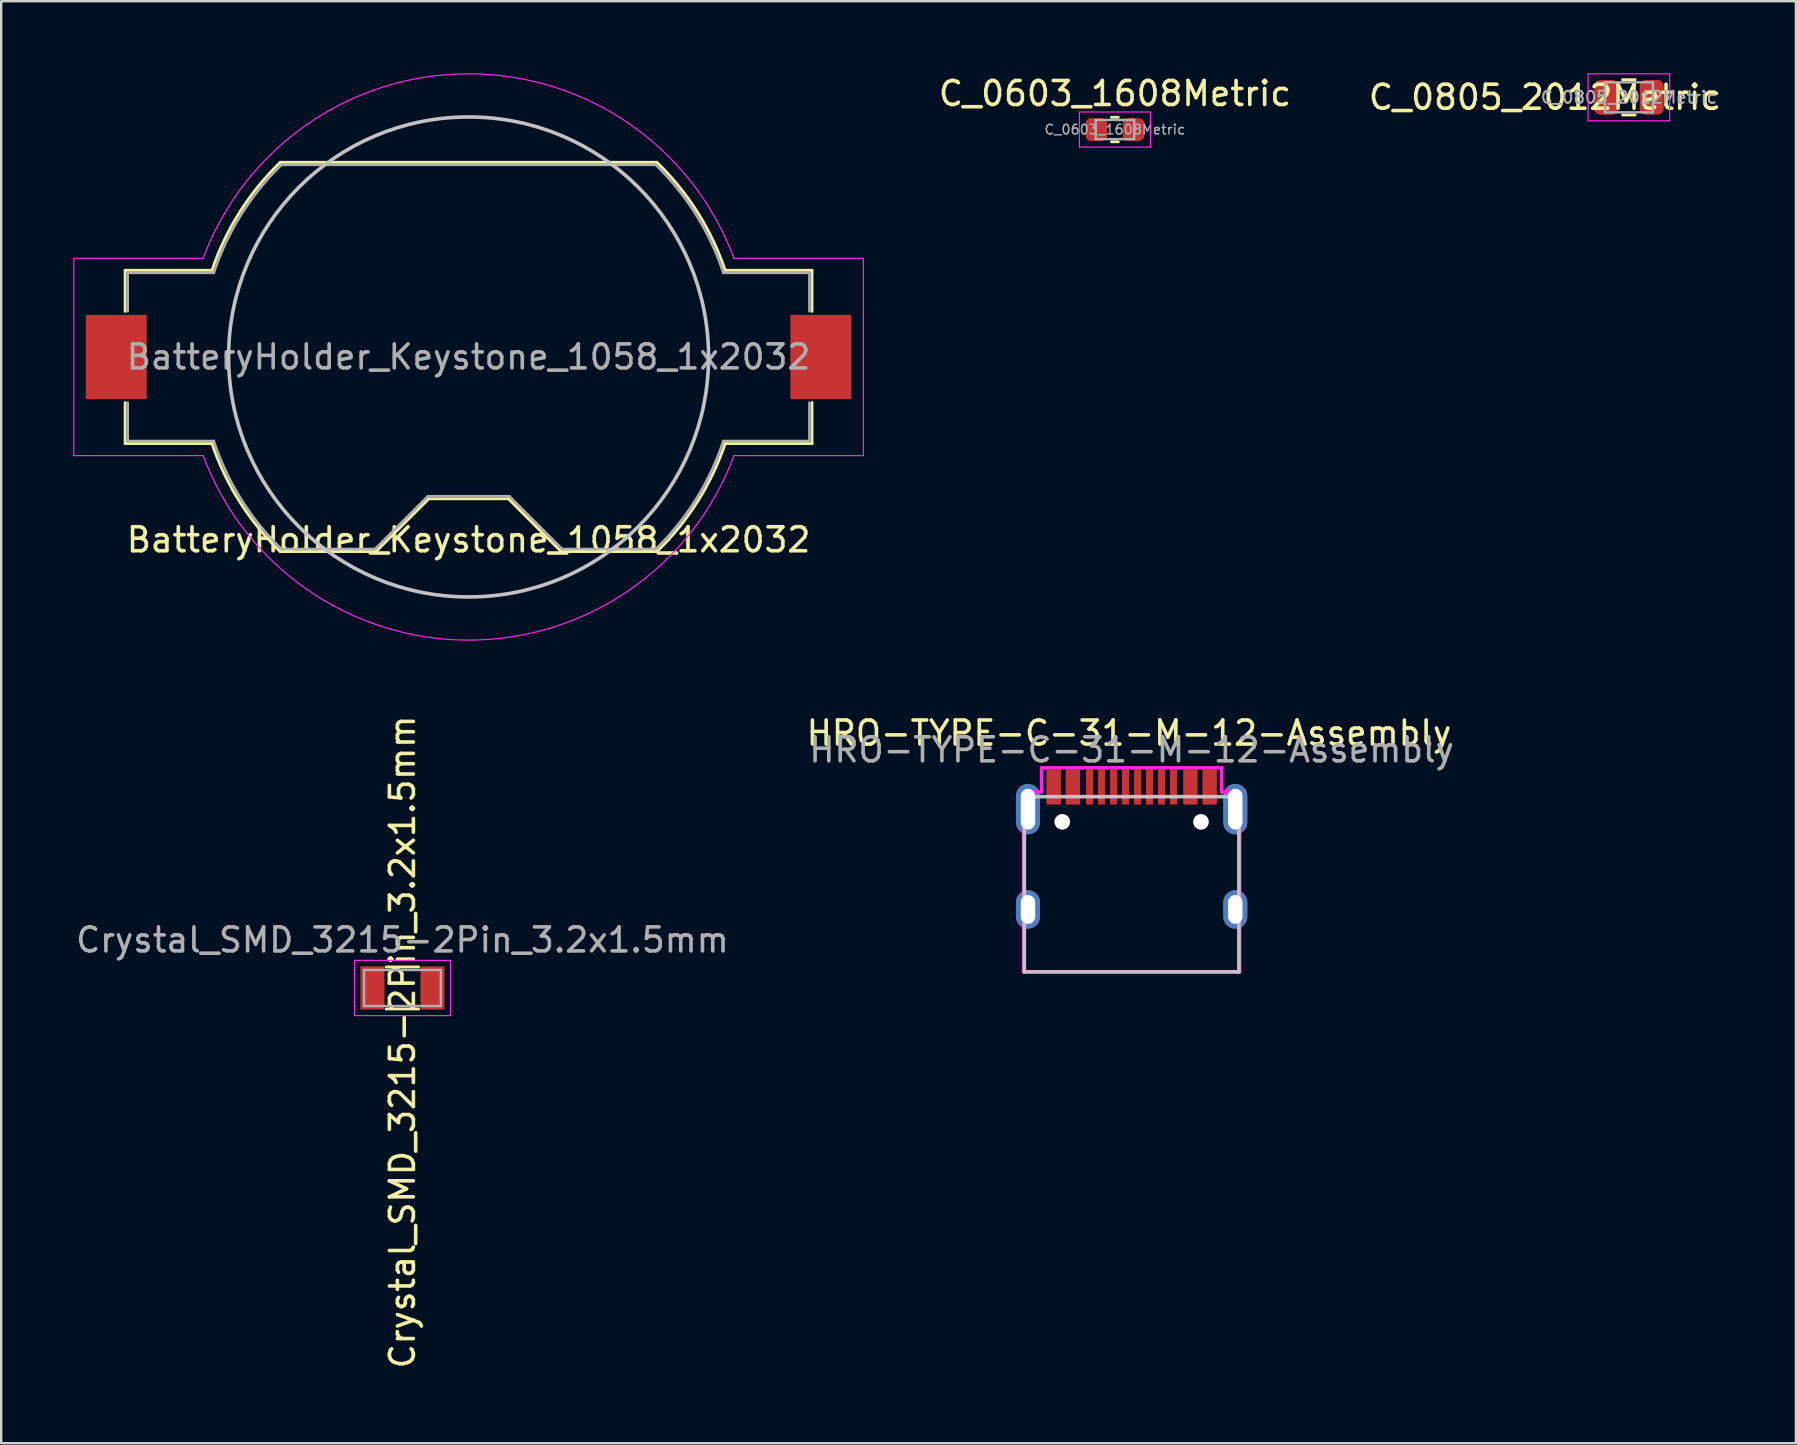
<source format=kicad_pcb>
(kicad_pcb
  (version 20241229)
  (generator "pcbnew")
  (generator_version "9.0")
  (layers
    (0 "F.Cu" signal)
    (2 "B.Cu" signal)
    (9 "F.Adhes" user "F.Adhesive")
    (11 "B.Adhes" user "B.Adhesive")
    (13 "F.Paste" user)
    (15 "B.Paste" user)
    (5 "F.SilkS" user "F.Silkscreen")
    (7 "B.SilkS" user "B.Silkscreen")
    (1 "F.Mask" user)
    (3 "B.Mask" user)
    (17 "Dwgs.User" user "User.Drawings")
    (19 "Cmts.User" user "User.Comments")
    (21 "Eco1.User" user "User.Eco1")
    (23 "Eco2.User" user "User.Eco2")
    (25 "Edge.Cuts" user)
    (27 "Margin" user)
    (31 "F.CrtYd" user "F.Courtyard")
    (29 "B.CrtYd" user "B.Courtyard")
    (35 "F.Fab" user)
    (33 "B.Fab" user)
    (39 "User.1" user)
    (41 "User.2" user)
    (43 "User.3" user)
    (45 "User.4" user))
  (footprint "BatteryHolder_Keystone_1058_1x2032"
    (layer "F.Cu")
    (at 16.475 11.824)
    (property "Reference" "BatteryHolder_Keystone_1058_1x2032" (at 0 7.62 0) (layer "F.SilkS") (effects (font (size 1 1) (thickness 0.15))))
    (attr smd)
    (fp_line (start -14.31 -3.61) (end -10.692 -3.61) (stroke (width 0.12) (type solid)) (layer "F.SilkS"))
    (fp_line (start -14.31 -1.9) (end -14.31 -3.61) (stroke (width 0.12) (type solid)) (layer "F.SilkS"))
    (fp_line (start -14.31 1.9) (end -14.31 3.61) (stroke (width 0.12) (type solid)) (layer "F.SilkS"))
    (fp_line (start -10.692 3.61) (end -14.31 3.61) (stroke (width 0.12) (type solid)) (layer "F.SilkS"))
    (fp_line (start -7.847 -8.11) (end 7.847 -8.11) (stroke (width 0.12) (type solid)) (layer "F.SilkS"))
    (fp_line (start -3.86 8.11) (end -7.847 8.11) (stroke (width 0.12) (type solid)) (layer "F.SilkS"))
    (fp_line (start -1.66 5.91) (end -3.86 8.11) (stroke (width 0.12) (type solid)) (layer "F.SilkS"))
    (fp_line (start 1.66 5.91) (end -1.66 5.91) (stroke (width 0.12) (type solid)) (layer "F.SilkS"))
    (fp_line (start 1.66 5.91) (end 3.86 8.11) (stroke (width 0.12) (type solid)) (layer "F.SilkS"))
    (fp_line (start 7.847 8.11) (end 3.86 8.11) (stroke (width 0.12) (type solid)) (layer "F.SilkS"))
    (fp_line (start 10.692 -3.61) (end 14.31 -3.61) (stroke (width 0.12) (type solid)) (layer "F.SilkS"))
    (fp_line (start 14.31 -1.9) (end 14.31 -3.61) (stroke (width 0.12) (type solid)) (layer "F.SilkS"))
    (fp_line (start 14.31 1.9) (end 14.31 3.61) (stroke (width 0.12) (type solid)) (layer "F.SilkS"))
    (fp_line (start 14.31 3.61) (end 10.692 3.61) (stroke (width 0.12) (type solid)) (layer "F.SilkS"))
    (fp_arc (start -10.692 -3.61) (mid -9.538084 -6.031244) (end -7.845371 -8.111789) (stroke (width 0.12) (type solid)) (layer "F.SilkS"))
    (fp_arc (start -7.845371 8.111789) (mid -9.538085 6.031245) (end -10.692 3.61) (stroke (width 0.12) (type solid)) (layer "F.SilkS"))
    (fp_arc (start 7.845371 -8.111789) (mid 9.538084 -6.031244) (end 10.692 -3.61) (stroke (width 0.12) (type solid)) (layer "F.SilkS"))
    (fp_arc (start 10.692 3.61) (mid 9.538084 6.031244) (end 7.845371 8.111789) (stroke (width 0.12) (type solid)) (layer "F.SilkS"))
    (fp_circle (center 0 0) (end 10 0) (stroke (width 0.15) (type solid)) (fill no) (layer "Dwgs.User"))
    (fp_line (start -16.45 -4.11) (end -16.45 4.11) (stroke (width 0.05) (type solid)) (layer "F.CrtYd"))
    (fp_line (start -16.45 -4.11) (end -11.06 -4.11) (stroke (width 0.05) (type solid)) (layer "F.CrtYd"))
    (fp_line (start -16.45 4.11) (end -11.06 4.11) (stroke (width 0.05) (type solid)) (layer "F.CrtYd"))
    (fp_line (start 11.06 4.11) (end 16.45 4.11) (stroke (width 0.05) (type solid)) (layer "F.CrtYd"))
    (fp_line (start 16.45 -4.11) (end 11.06 -4.11) (stroke (width 0.05) (type solid)) (layer "F.CrtYd"))
    (fp_line (start 16.45 4.11) (end 16.45 -4.11) (stroke (width 0.05) (type solid)) (layer "F.CrtYd"))
    (fp_arc (start -11.06 -4.11) (mid -0.002978 -11.79897) (end 11.057924 -4.115582) (stroke (width 0.05) (type solid)) (layer "F.CrtYd"))
    (fp_arc (start 11.06 4.11) (mid 0.002978 11.79897) (end -11.057924 4.115582) (stroke (width 0.05) (type solid)) (layer "F.CrtYd"))
    (fp_line (start -14.2 -3.5) (end -14.2 -1.9) (stroke (width 0.1) (type solid)) (layer "F.Fab"))
    (fp_line (start -14.2 -3.5) (end -10.613 -3.5) (stroke (width 0.1) (type solid)) (layer "F.Fab"))
    (fp_line (start -14.2 1.9) (end -14.2 3.5) (stroke (width 0.1) (type solid)) (layer "F.Fab"))
    (fp_line (start -14.2 3.5) (end -10.613 3.5) (stroke (width 0.1) (type solid)) (layer "F.Fab"))
    (fp_line (start -7.803 -8) (end 7.803 -8) (stroke (width 0.1) (type solid)) (layer "F.Fab"))
    (fp_line (start -3.9 8) (end -7.803 8) (stroke (width 0.1) (type solid)) (layer "F.Fab"))
    (fp_line (start -1.7 5.8) (end -3.9 8) (stroke (width 0.1) (type solid)) (layer "F.Fab"))
    (fp_line (start -1.7 5.8) (end 1.7 5.8) (stroke (width 0.1) (type solid)) (layer "F.Fab"))
    (fp_line (start 1.7 5.8) (end 3.9 8) (stroke (width 0.1) (type solid)) (layer "F.Fab"))
    (fp_line (start 3.9 8) (end 7.803 8) (stroke (width 0.1) (type solid)) (layer "F.Fab"))
    (fp_line (start 10.613 -3.5) (end 14.2 -3.5) (stroke (width 0.1) (type solid)) (layer "F.Fab"))
    (fp_line (start 14.2 -3.5) (end 14.2 -1.9) (stroke (width 0.1) (type solid)) (layer "F.Fab"))
    (fp_line (start 14.2 1.9) (end 14.2 3.5) (stroke (width 0.1) (type solid)) (layer "F.Fab"))
    (fp_line (start 14.2 3.5) (end 10.613 3.5) (stroke (width 0.1) (type solid)) (layer "F.Fab"))
    (fp_arc (start -10.61275 -3.5) (mid -9.478596 -5.91918) (end -7.802602 -7.999992) (stroke (width 0.1) (type solid)) (layer "F.Fab"))
    (fp_arc (start -7.802602 7.999992) (mid -9.478596 5.91918) (end -10.61275 3.5) (stroke (width 0.1) (type solid)) (layer "F.Fab"))
    (fp_arc (start 7.802602 -7.999992) (mid 9.478596 -5.91918) (end 10.61275 -3.5) (stroke (width 0.1) (type solid)) (layer "F.Fab"))
    (fp_arc (start 10.61275 3.5) (mid 9.478596 5.919179) (end 7.802602 7.999992) (stroke (width 0.1) (type solid)) (layer "F.Fab"))
    (fp_text user "${REFERENCE}" (at 0 0 0) (layer "F.Fab") (effects (font (size 1 1) (thickness 0.15))))
    (pad "1" smd rect (at -14.68 0 180) (size 2.54 3.51) (layers "F.Cu" "F.Mask" "F.Paste"))
    (pad "2" smd rect (at 14.68 0 180) (size 2.54 3.51) (layers "F.Cu" "F.Mask" "F.Paste")))
  (footprint "C_0805_2012Metric"
    (layer "F.Cu")
    (at 64.825 1.005)
    (property "Reference" "C_0805_2012Metric" (at -3.5 0 0) (layer "F.SilkS") (effects (font (size 1 1) (thickness 0.15))))
    (attr smd)
    (fp_line (start -0.261 -0.735) (end 0.261 -0.735) (stroke (width 0.12) (type solid)) (layer "F.SilkS"))
    (fp_line (start -0.261 0.735) (end 0.261 0.735) (stroke (width 0.12) (type solid)) (layer "F.SilkS"))
    (fp_line (start -1.7 -0.98) (end 1.7 -0.98) (stroke (width 0.05) (type solid)) (layer "F.CrtYd"))
    (fp_line (start -1.7 0.98) (end -1.7 -0.98) (stroke (width 0.05) (type solid)) (layer "F.CrtYd"))
    (fp_line (start 1.7 -0.98) (end 1.7 0.98) (stroke (width 0.05) (type solid)) (layer "F.CrtYd"))
    (fp_line (start 1.7 0.98) (end -1.7 0.98) (stroke (width 0.05) (type solid)) (layer "F.CrtYd"))
    (fp_line (start -1 -0.625) (end 1 -0.625) (stroke (width 0.1) (type solid)) (layer "F.Fab"))
    (fp_line (start -1 0.625) (end -1 -0.625) (stroke (width 0.1) (type solid)) (layer "F.Fab"))
    (fp_line (start 1 -0.625) (end 1 0.625) (stroke (width 0.1) (type solid)) (layer "F.Fab"))
    (fp_line (start 1 0.625) (end -1 0.625) (stroke (width 0.1) (type solid)) (layer "F.Fab"))
    (fp_text user "${REFERENCE}" (at 0 0 0) (layer "F.Fab") (effects (font (size 0.5 0.5) (thickness 0.08))))
    (pad "1" smd roundrect (at -0.95 0 180) (size 1 1.45) (layers "F.Cu" "F.Mask" "F.Paste") (roundrect_rratio 0.25))
    (pad "2" smd roundrect (at 0.95 0 180) (size 1 1.45) (layers "F.Cu" "F.Mask" "F.Paste") (roundrect_rratio 0.25)))
  (footprint "HRO-TYPE-C-31-M-12-Assembly"
    (layer "F.Cu")
    (at 44.104 37.446)
    (property "Reference" "HRO-TYPE-C-31-M-12-Assembly" (at -0.11 -9.95 180) (layer "F.SilkS") (effects (font (size 1 1) (thickness 0.15))))
    (attr smd)
    (fp_line (start -4.47 -7.3) (end 4.47 -7.3) (stroke (width 0.15) (type solid)) (layer "Dwgs.User"))
    (fp_line (start -4.47 0) (end -4.47 -7.3) (stroke (width 0.15) (type solid)) (layer "Dwgs.User"))
    (fp_line (start -4.47 0) (end 4.47 0) (stroke (width 0.15) (type solid)) (layer "Dwgs.User"))
    (fp_line (start 4.47 0) (end 4.47 -7.3) (stroke (width 0.15) (type solid)) (layer "Dwgs.User"))
    (fp_line (start -4.5 -7.5) (end -3.75 -7.5) (stroke (width 0.15) (type solid)) (layer "F.CrtYd"))
    (fp_line (start -4.5 0) (end -4.5 -7.5) (stroke (width 0.15) (type solid)) (layer "F.CrtYd"))
    (fp_line (start -3.75 -8.5) (end 3.75 -8.5) (stroke (width 0.15) (type solid)) (layer "F.CrtYd"))
    (fp_line (start -3.75 -7.5) (end -3.75 -8.5) (stroke (width 0.15) (type solid)) (layer "F.CrtYd"))
    (fp_line (start 3.75 -8.5) (end 3.75 -7.5) (stroke (width 0.15) (type solid)) (layer "F.CrtYd"))
    (fp_line (start 3.75 -7.5) (end 4.5 -7.5) (stroke (width 0.15) (type solid)) (layer "F.CrtYd"))
    (fp_line (start 4.5 -7.5) (end 4.5 0) (stroke (width 0.15) (type solid)) (layer "F.CrtYd"))
    (fp_line (start 4.5 0) (end -4.5 0) (stroke (width 0.15) (type solid)) (layer "F.CrtYd"))
    (fp_text user "${REFERENCE}" (at 0 -9.25 180) (layer "F.Fab") (effects (font (size 1 1) (thickness 0.15))))
    (pad "" np_thru_hole circle (at -2.89 -6.25) (size 0.65 0.65) (drill 0.65) (layers "*.Cu" "*.Mask"))
    (pad "" np_thru_hole circle (at 2.89 -6.25) (size 0.65 0.65) (drill 0.65) (layers "*.Cu" "*.Mask"))
    (pad "1" smd rect (at -3.25 -7.695) (size 0.6 1.45) (layers "F.Cu" "F.Mask" "F.Paste"))
    (pad "2" smd rect (at -2.45 -7.695) (size 0.6 1.45) (layers "F.Cu" "F.Mask" "F.Paste"))
    (pad "3" smd rect (at -1.75 -7.695) (size 0.3 1.45) (layers "F.Cu" "F.Mask" "F.Paste"))
    (pad "4" smd rect (at -1.25 -7.695) (size 0.3 1.45) (layers "F.Cu" "F.Mask" "F.Paste"))
    (pad "5" smd rect (at -0.75 -7.695) (size 0.3 1.45) (layers "F.Cu" "F.Mask" "F.Paste"))
    (pad "6" smd rect (at -0.25 -7.695) (size 0.3 1.45) (layers "F.Cu" "F.Mask" "F.Paste"))
    (pad "7" smd rect (at 0.25 -7.695) (size 0.3 1.45) (layers "F.Cu" "F.Mask" "F.Paste"))
    (pad "8" smd rect (at 0.75 -7.695) (size 0.3 1.45) (layers "F.Cu" "F.Mask" "F.Paste"))
    (pad "9" smd rect (at 1.25 -7.695) (size 0.3 1.45) (layers "F.Cu" "F.Mask" "F.Paste"))
    (pad "10" smd rect (at 1.75 -7.695) (size 0.3 1.45) (layers "F.Cu" "F.Mask" "F.Paste"))
    (pad "11" smd rect (at 2.45 -7.695) (size 0.6 1.45) (layers "F.Cu" "F.Mask" "F.Paste"))
    (pad "12" smd rect (at 3.25 -7.695) (size 0.6 1.45) (layers "F.Cu" "F.Mask" "F.Paste"))
    (pad "13" thru_hole oval (at -4.32 -6.78) (size 1 2.1) (drill oval 0.6 1.7) (layers "*.Cu" "*.Mask"))
    (pad "13" thru_hole oval (at -4.32 -2.6) (size 1 1.6) (drill oval 0.6 1.2) (layers "*.Cu" "*.Mask"))
    (pad "13" thru_hole oval (at 4.32 -6.78) (size 1 2.1) (drill oval 0.6 1.7) (layers "*.Cu" "*.Mask"))
    (pad "13" thru_hole oval (at 4.32 -2.6) (size 1 1.6) (drill oval 0.6 1.2) (layers "*.Cu" "*.Mask")))
  (footprint "Crystal_SMD_3215-2Pin_3.2x1.5mm"
    (layer "F.Cu")
    (at 13.72 38.118)
    (property "Reference" "Crystal_SMD_3215-2Pin_3.2x1.5mm" (at 0 2.25 90) (layer "F.SilkS") (effects (font (size 1 1) (thickness 0.15))))
    (attr smd)
    (fp_line (start -0.675 -0.875) (end 0.675 -0.875) (stroke (width 0.12) (type solid)) (layer "F.SilkS"))
    (fp_line (start -0.675 0.875) (end 0.675 0.875) (stroke (width 0.12) (type solid)) (layer "F.SilkS"))
    (fp_line (start -2 -1.15) (end -2 1.15) (stroke (width 0.05) (type solid)) (layer "F.CrtYd"))
    (fp_line (start -2 -1.15) (end 2 -1.15) (stroke (width 0.05) (type solid)) (layer "F.CrtYd"))
    (fp_line (start -2 1.15) (end 2 1.15) (stroke (width 0.05) (type solid)) (layer "F.CrtYd"))
    (fp_line (start 2 -1.15) (end 2 1.15) (stroke (width 0.05) (type solid)) (layer "F.CrtYd"))
    (fp_line (start -1.6 -0.75) (end -1.6 0.75) (stroke (width 0.1) (type solid)) (layer "F.Fab"))
    (fp_line (start -1.6 -0.75) (end 1.6 -0.75) (stroke (width 0.1) (type solid)) (layer "F.Fab"))
    (fp_line (start -1.6 0.75) (end 1.6 0.75) (stroke (width 0.1) (type solid)) (layer "F.Fab"))
    (fp_line (start 1.6 -0.75) (end 1.6 0.75) (stroke (width 0.1) (type solid)) (layer "F.Fab"))
    (fp_text user "${REFERENCE}" (at 0 -2 0) (layer "F.Fab") (effects (font (size 1 1) (thickness 0.15))))
    (pad "1" smd rect (at 1.25 0) (size 1 1.8) (layers "F.Cu" "F.Mask" "F.Paste"))
    (pad "2" smd rect (at -1.25 0) (size 1 1.8) (layers "F.Cu" "F.Mask" "F.Paste")))
  (footprint "C_0603_1608Metric"
    (layer "F.Cu")
    (at 43.408 2.348)
    (property "Reference" "C_0603_1608Metric" (at 0 -1.5 0) (layer "F.SilkS") (effects (font (size 1 1) (thickness 0.15))))
    (attr smd)
    (fp_line (start -0.141 -0.51) (end 0.141 -0.51) (stroke (width 0.12) (type solid)) (layer "F.SilkS"))
    (fp_line (start -0.141 0.51) (end 0.141 0.51) (stroke (width 0.12) (type solid)) (layer "F.SilkS"))
    (fp_line (start -1.48 -0.73) (end 1.48 -0.73) (stroke (width 0.05) (type solid)) (layer "F.CrtYd"))
    (fp_line (start -1.48 0.73) (end -1.48 -0.73) (stroke (width 0.05) (type solid)) (layer "F.CrtYd"))
    (fp_line (start 1.48 -0.73) (end 1.48 0.73) (stroke (width 0.05) (type solid)) (layer "F.CrtYd"))
    (fp_line (start 1.48 0.73) (end -1.48 0.73) (stroke (width 0.05) (type solid)) (layer "F.CrtYd"))
    (fp_line (start -0.8 -0.4) (end 0.8 -0.4) (stroke (width 0.1) (type solid)) (layer "F.Fab"))
    (fp_line (start -0.8 0.4) (end -0.8 -0.4) (stroke (width 0.1) (type solid)) (layer "F.Fab"))
    (fp_line (start 0.8 -0.4) (end 0.8 0.4) (stroke (width 0.1) (type solid)) (layer "F.Fab"))
    (fp_line (start 0.8 0.4) (end -0.8 0.4) (stroke (width 0.1) (type solid)) (layer "F.Fab"))
    (fp_text user "${REFERENCE}" (at 0 0 0) (layer "F.Fab") (effects (font (size 0.4 0.4) (thickness 0.06))))
    (pad "1" smd roundrect (at -0.775 0 180) (size 0.9 0.95) (layers "F.Cu" "F.Mask" "F.Paste") (roundrect_rratio 0.25))
    (pad "2" smd roundrect (at 0.775 0 180) (size 0.9 0.95) (layers "F.Cu" "F.Mask" "F.Paste") (roundrect_rratio 0.25)))
  (gr_rect
    (start -3 -3)
    (end 71.783 57.088)
    (stroke (width 0.1) (type default))
    (fill no)
    (layer "Edge.Cuts")))
</source>
